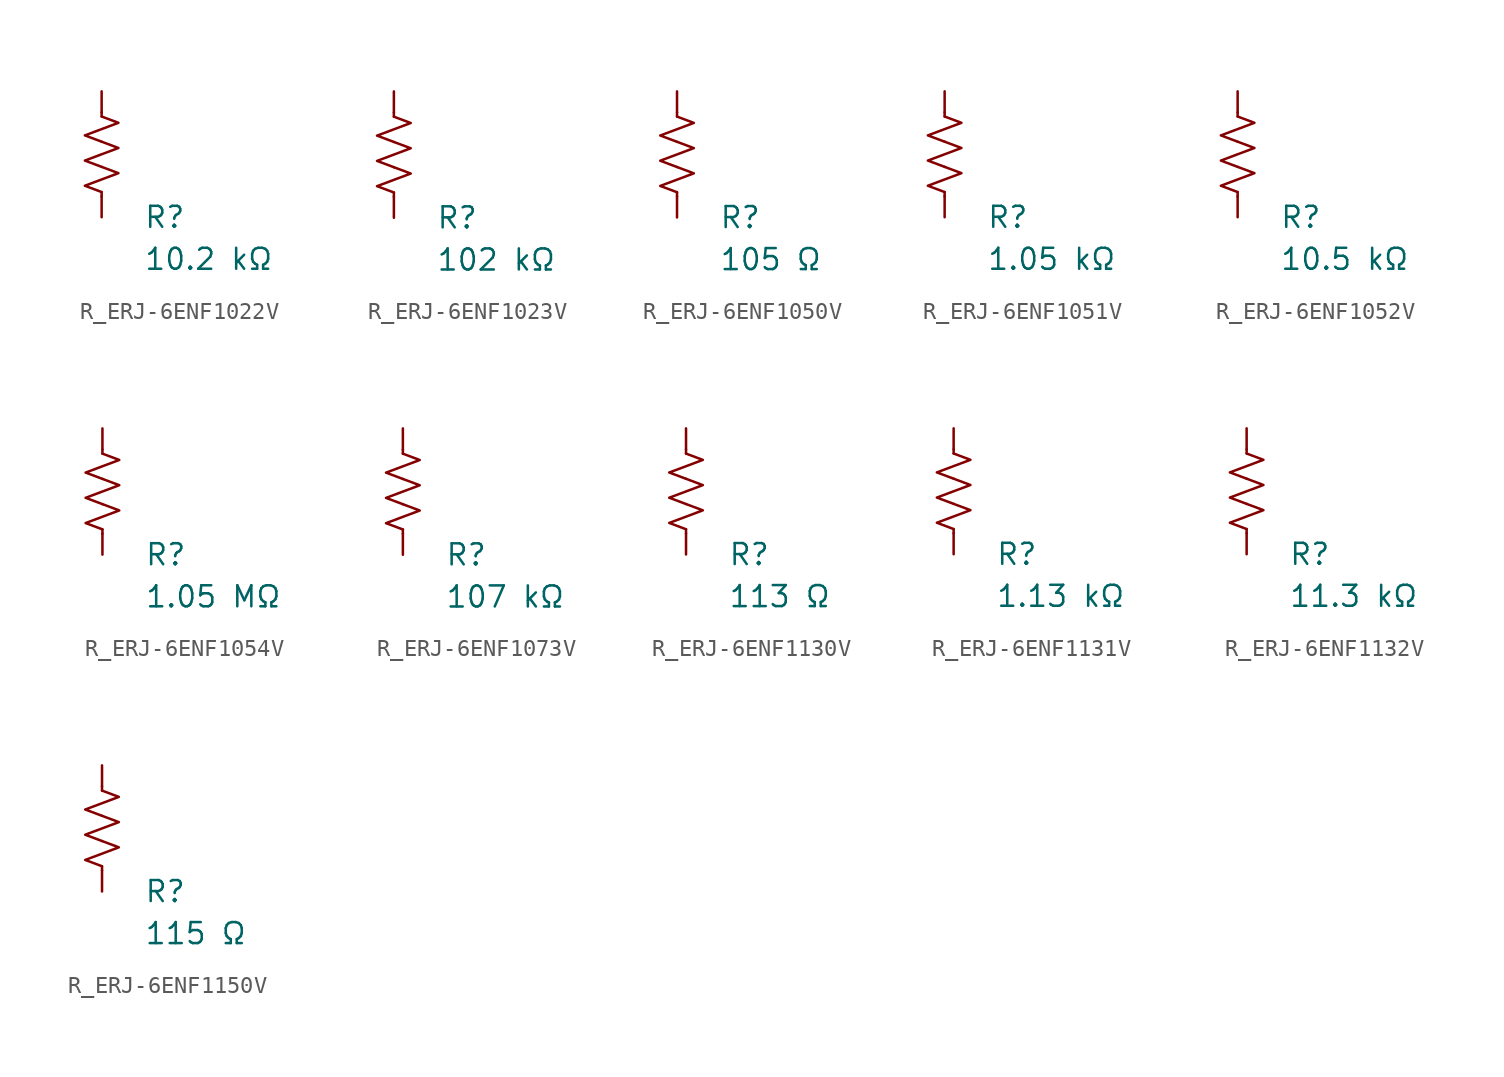
<source format=kicad_sym>
(kicad_symbol_lib
  (version 20231120)
  (generator "kicad_symbol_editor")
  (generator_version "8.0")
  (symbol "R_ERJ-6ENF1022V"
    (pin_numbers hide)
    (pin_names
      (offset 0))
    (property "Reference" "R"
      (at 2.54 -3.81 0)
      (effects (font (size 1.27 1.27)) (justify left))
      (show_name no))
    (property "Value" "10.2 kΩ"
      (at 2.54 -6.35 0)
      (effects (font (size 1.27 1.27)) (justify left))
      (show_name no))
    (symbol "R_ERJ-6ENF1022V_0_1"
      (polyline (pts (xy 0 -2.286) (xy 0 -2.54)) (stroke (width 0) (type default)) (fill (type none)))
      (polyline (pts (xy 0 2.286) (xy 0 2.54)) (stroke (width 0) (type default)) (fill (type none)))
      (polyline (pts (xy 0 -0.762) (xy 1.016 -1.143) (xy 0 -1.524) (xy -1.016 -1.905) (xy 0 -2.286)) (stroke (width 0) (type default)) (fill (type none)))
      (polyline (pts (xy 0 0.762) (xy 1.016 0.381) (xy 0 0) (xy -1.016 -0.381) (xy 0 -0.762)) (stroke (width 0) (type default)) (fill (type none)))
      (polyline (pts (xy 0 2.286) (xy 1.016 1.905) (xy 0 1.524) (xy -1.016 1.143) (xy 0 0.762)) (stroke (width 0) (type default)) (fill (type none))))
    (symbol "R_ERJ-6ENF1022V_1_1"
      (pin passive line (at 0 3.81 270) (length 1.27) (name "~" (effects (font (size 1.27 1.27)))) (number "1" (effects (font (size 1.27 1.27)))))
      (pin passive line (at 0 -3.81 90) (length 1.27) (name "~" (effects (font (size 1.27 1.27)))) (number "2" (effects (font (size 1.27 1.27)))))))
  (symbol "R_ERJ-6ENF1023V"
    (pin_numbers hide)
    (pin_names
      (offset 0))
    (property "Reference" "R"
      (at 2.54 -3.81 0)
      (effects (font (size 1.27 1.27)) (justify left))
      (show_name no))
    (property "Value" "102 kΩ"
      (at 2.54 -6.35 0)
      (effects (font (size 1.27 1.27)) (justify left))
      (show_name no))
    (symbol "R_ERJ-6ENF1023V_0_1"
      (polyline (pts (xy 0 -2.286) (xy 0 -2.54)) (stroke (width 0) (type default)) (fill (type none)))
      (polyline (pts (xy 0 2.286) (xy 0 2.54)) (stroke (width 0) (type default)) (fill (type none)))
      (polyline (pts (xy 0 -0.762) (xy 1.016 -1.143) (xy 0 -1.524) (xy -1.016 -1.905) (xy 0 -2.286)) (stroke (width 0) (type default)) (fill (type none)))
      (polyline (pts (xy 0 0.762) (xy 1.016 0.381) (xy 0 0) (xy -1.016 -0.381) (xy 0 -0.762)) (stroke (width 0) (type default)) (fill (type none)))
      (polyline (pts (xy 0 2.286) (xy 1.016 1.905) (xy 0 1.524) (xy -1.016 1.143) (xy 0 0.762)) (stroke (width 0) (type default)) (fill (type none))))
    (symbol "R_ERJ-6ENF1023V_1_1"
      (pin passive line (at 0 3.81 270) (length 1.27) (name "~" (effects (font (size 1.27 1.27)))) (number "1" (effects (font (size 1.27 1.27)))))
      (pin passive line (at 0 -3.81 90) (length 1.27) (name "~" (effects (font (size 1.27 1.27)))) (number "2" (effects (font (size 1.27 1.27)))))))
  (symbol "R_ERJ-6ENF1050V"
    (pin_numbers hide)
    (pin_names
      (offset 0))
    (property "Reference" "R"
      (at 2.54 -3.81 0)
      (effects (font (size 1.27 1.27)) (justify left))
      (show_name no))
    (property "Value" "105 Ω"
      (at 2.54 -6.35 0)
      (effects (font (size 1.27 1.27)) (justify left))
      (show_name no))
    (symbol "R_ERJ-6ENF1050V_0_1"
      (polyline (pts (xy 0 -2.286) (xy 0 -2.54)) (stroke (width 0) (type default)) (fill (type none)))
      (polyline (pts (xy 0 2.286) (xy 0 2.54)) (stroke (width 0) (type default)) (fill (type none)))
      (polyline (pts (xy 0 -0.762) (xy 1.016 -1.143) (xy 0 -1.524) (xy -1.016 -1.905) (xy 0 -2.286)) (stroke (width 0) (type default)) (fill (type none)))
      (polyline (pts (xy 0 0.762) (xy 1.016 0.381) (xy 0 0) (xy -1.016 -0.381) (xy 0 -0.762)) (stroke (width 0) (type default)) (fill (type none)))
      (polyline (pts (xy 0 2.286) (xy 1.016 1.905) (xy 0 1.524) (xy -1.016 1.143) (xy 0 0.762)) (stroke (width 0) (type default)) (fill (type none))))
    (symbol "R_ERJ-6ENF1050V_1_1"
      (pin passive line (at 0 3.81 270) (length 1.27) (name "~" (effects (font (size 1.27 1.27)))) (number "1" (effects (font (size 1.27 1.27)))))
      (pin passive line (at 0 -3.81 90) (length 1.27) (name "~" (effects (font (size 1.27 1.27)))) (number "2" (effects (font (size 1.27 1.27)))))))
  (symbol "R_ERJ-6ENF1051V"
    (pin_numbers hide)
    (pin_names
      (offset 0))
    (property "Reference" "R"
      (at 2.54 -3.81 0)
      (effects (font (size 1.27 1.27)) (justify left))
      (show_name no))
    (property "Value" "1.05 kΩ"
      (at 2.54 -6.35 0)
      (effects (font (size 1.27 1.27)) (justify left))
      (show_name no))
    (symbol "R_ERJ-6ENF1051V_0_1"
      (polyline (pts (xy 0 -2.286) (xy 0 -2.54)) (stroke (width 0) (type default)) (fill (type none)))
      (polyline (pts (xy 0 2.286) (xy 0 2.54)) (stroke (width 0) (type default)) (fill (type none)))
      (polyline (pts (xy 0 -0.762) (xy 1.016 -1.143) (xy 0 -1.524) (xy -1.016 -1.905) (xy 0 -2.286)) (stroke (width 0) (type default)) (fill (type none)))
      (polyline (pts (xy 0 0.762) (xy 1.016 0.381) (xy 0 0) (xy -1.016 -0.381) (xy 0 -0.762)) (stroke (width 0) (type default)) (fill (type none)))
      (polyline (pts (xy 0 2.286) (xy 1.016 1.905) (xy 0 1.524) (xy -1.016 1.143) (xy 0 0.762)) (stroke (width 0) (type default)) (fill (type none))))
    (symbol "R_ERJ-6ENF1051V_1_1"
      (pin passive line (at 0 3.81 270) (length 1.27) (name "~" (effects (font (size 1.27 1.27)))) (number "1" (effects (font (size 1.27 1.27)))))
      (pin passive line (at 0 -3.81 90) (length 1.27) (name "~" (effects (font (size 1.27 1.27)))) (number "2" (effects (font (size 1.27 1.27)))))))
  (symbol "R_ERJ-6ENF1052V"
    (pin_numbers hide)
    (pin_names
      (offset 0))
    (property "Reference" "R"
      (at 2.54 -3.81 0)
      (effects (font (size 1.27 1.27)) (justify left))
      (show_name no))
    (property "Value" "10.5 kΩ"
      (at 2.54 -6.35 0)
      (effects (font (size 1.27 1.27)) (justify left))
      (show_name no))
    (symbol "R_ERJ-6ENF1052V_0_1"
      (polyline (pts (xy 0 -2.286) (xy 0 -2.54)) (stroke (width 0) (type default)) (fill (type none)))
      (polyline (pts (xy 0 2.286) (xy 0 2.54)) (stroke (width 0) (type default)) (fill (type none)))
      (polyline (pts (xy 0 -0.762) (xy 1.016 -1.143) (xy 0 -1.524) (xy -1.016 -1.905) (xy 0 -2.286)) (stroke (width 0) (type default)) (fill (type none)))
      (polyline (pts (xy 0 0.762) (xy 1.016 0.381) (xy 0 0) (xy -1.016 -0.381) (xy 0 -0.762)) (stroke (width 0) (type default)) (fill (type none)))
      (polyline (pts (xy 0 2.286) (xy 1.016 1.905) (xy 0 1.524) (xy -1.016 1.143) (xy 0 0.762)) (stroke (width 0) (type default)) (fill (type none))))
    (symbol "R_ERJ-6ENF1052V_1_1"
      (pin passive line (at 0 3.81 270) (length 1.27) (name "~" (effects (font (size 1.27 1.27)))) (number "1" (effects (font (size 1.27 1.27)))))
      (pin passive line (at 0 -3.81 90) (length 1.27) (name "~" (effects (font (size 1.27 1.27)))) (number "2" (effects (font (size 1.27 1.27)))))))
  (symbol "R_ERJ-6ENF1054V"
    (pin_numbers hide)
    (pin_names
      (offset 0))
    (property "Reference" "R"
      (at 2.54 -3.81 0)
      (effects (font (size 1.27 1.27)) (justify left))
      (show_name no))
    (property "Value" "1.05 MΩ"
      (at 2.54 -6.35 0)
      (effects (font (size 1.27 1.27)) (justify left))
      (show_name no))
    (symbol "R_ERJ-6ENF1054V_0_1"
      (polyline (pts (xy 0 -2.286) (xy 0 -2.54)) (stroke (width 0) (type default)) (fill (type none)))
      (polyline (pts (xy 0 2.286) (xy 0 2.54)) (stroke (width 0) (type default)) (fill (type none)))
      (polyline (pts (xy 0 -0.762) (xy 1.016 -1.143) (xy 0 -1.524) (xy -1.016 -1.905) (xy 0 -2.286)) (stroke (width 0) (type default)) (fill (type none)))
      (polyline (pts (xy 0 0.762) (xy 1.016 0.381) (xy 0 0) (xy -1.016 -0.381) (xy 0 -0.762)) (stroke (width 0) (type default)) (fill (type none)))
      (polyline (pts (xy 0 2.286) (xy 1.016 1.905) (xy 0 1.524) (xy -1.016 1.143) (xy 0 0.762)) (stroke (width 0) (type default)) (fill (type none))))
    (symbol "R_ERJ-6ENF1054V_1_1"
      (pin passive line (at 0 3.81 270) (length 1.27) (name "~" (effects (font (size 1.27 1.27)))) (number "1" (effects (font (size 1.27 1.27)))))
      (pin passive line (at 0 -3.81 90) (length 1.27) (name "~" (effects (font (size 1.27 1.27)))) (number "2" (effects (font (size 1.27 1.27)))))))
  (symbol "R_ERJ-6ENF1073V"
    (pin_numbers hide)
    (pin_names
      (offset 0))
    (property "Reference" "R"
      (at 2.54 -3.81 0)
      (effects (font (size 1.27 1.27)) (justify left))
      (show_name no))
    (property "Value" "107 kΩ"
      (at 2.54 -6.35 0)
      (effects (font (size 1.27 1.27)) (justify left))
      (show_name no))
    (symbol "R_ERJ-6ENF1073V_0_1"
      (polyline (pts (xy 0 -2.286) (xy 0 -2.54)) (stroke (width 0) (type default)) (fill (type none)))
      (polyline (pts (xy 0 2.286) (xy 0 2.54)) (stroke (width 0) (type default)) (fill (type none)))
      (polyline (pts (xy 0 -0.762) (xy 1.016 -1.143) (xy 0 -1.524) (xy -1.016 -1.905) (xy 0 -2.286)) (stroke (width 0) (type default)) (fill (type none)))
      (polyline (pts (xy 0 0.762) (xy 1.016 0.381) (xy 0 0) (xy -1.016 -0.381) (xy 0 -0.762)) (stroke (width 0) (type default)) (fill (type none)))
      (polyline (pts (xy 0 2.286) (xy 1.016 1.905) (xy 0 1.524) (xy -1.016 1.143) (xy 0 0.762)) (stroke (width 0) (type default)) (fill (type none))))
    (symbol "R_ERJ-6ENF1073V_1_1"
      (pin passive line (at 0 3.81 270) (length 1.27) (name "~" (effects (font (size 1.27 1.27)))) (number "1" (effects (font (size 1.27 1.27)))))
      (pin passive line (at 0 -3.81 90) (length 1.27) (name "~" (effects (font (size 1.27 1.27)))) (number "2" (effects (font (size 1.27 1.27)))))))
  (symbol "R_ERJ-6ENF1130V"
    (pin_numbers hide)
    (pin_names
      (offset 0))
    (property "Reference" "R"
      (at 2.54 -3.81 0)
      (effects (font (size 1.27 1.27)) (justify left))
      (show_name no))
    (property "Value" "113 Ω"
      (at 2.54 -6.35 0)
      (effects (font (size 1.27 1.27)) (justify left))
      (show_name no))
    (symbol "R_ERJ-6ENF1130V_0_1"
      (polyline (pts (xy 0 -2.286) (xy 0 -2.54)) (stroke (width 0) (type default)) (fill (type none)))
      (polyline (pts (xy 0 2.286) (xy 0 2.54)) (stroke (width 0) (type default)) (fill (type none)))
      (polyline (pts (xy 0 -0.762) (xy 1.016 -1.143) (xy 0 -1.524) (xy -1.016 -1.905) (xy 0 -2.286)) (stroke (width 0) (type default)) (fill (type none)))
      (polyline (pts (xy 0 0.762) (xy 1.016 0.381) (xy 0 0) (xy -1.016 -0.381) (xy 0 -0.762)) (stroke (width 0) (type default)) (fill (type none)))
      (polyline (pts (xy 0 2.286) (xy 1.016 1.905) (xy 0 1.524) (xy -1.016 1.143) (xy 0 0.762)) (stroke (width 0) (type default)) (fill (type none))))
    (symbol "R_ERJ-6ENF1130V_1_1"
      (pin passive line (at 0 3.81 270) (length 1.27) (name "~" (effects (font (size 1.27 1.27)))) (number "1" (effects (font (size 1.27 1.27)))))
      (pin passive line (at 0 -3.81 90) (length 1.27) (name "~" (effects (font (size 1.27 1.27)))) (number "2" (effects (font (size 1.27 1.27)))))))
  (symbol "R_ERJ-6ENF1131V"
    (pin_numbers hide)
    (pin_names
      (offset 0))
    (property "Reference" "R"
      (at 2.54 -3.81 0)
      (effects (font (size 1.27 1.27)) (justify left))
      (show_name no))
    (property "Value" "1.13 kΩ"
      (at 2.54 -6.35 0)
      (effects (font (size 1.27 1.27)) (justify left))
      (show_name no))
    (symbol "R_ERJ-6ENF1131V_0_1"
      (polyline (pts (xy 0 -2.286) (xy 0 -2.54)) (stroke (width 0) (type default)) (fill (type none)))
      (polyline (pts (xy 0 2.286) (xy 0 2.54)) (stroke (width 0) (type default)) (fill (type none)))
      (polyline (pts (xy 0 -0.762) (xy 1.016 -1.143) (xy 0 -1.524) (xy -1.016 -1.905) (xy 0 -2.286)) (stroke (width 0) (type default)) (fill (type none)))
      (polyline (pts (xy 0 0.762) (xy 1.016 0.381) (xy 0 0) (xy -1.016 -0.381) (xy 0 -0.762)) (stroke (width 0) (type default)) (fill (type none)))
      (polyline (pts (xy 0 2.286) (xy 1.016 1.905) (xy 0 1.524) (xy -1.016 1.143) (xy 0 0.762)) (stroke (width 0) (type default)) (fill (type none))))
    (symbol "R_ERJ-6ENF1131V_1_1"
      (pin passive line (at 0 3.81 270) (length 1.27) (name "~" (effects (font (size 1.27 1.27)))) (number "1" (effects (font (size 1.27 1.27)))))
      (pin passive line (at 0 -3.81 90) (length 1.27) (name "~" (effects (font (size 1.27 1.27)))) (number "2" (effects (font (size 1.27 1.27)))))))
  (symbol "R_ERJ-6ENF1132V"
    (pin_numbers hide)
    (pin_names
      (offset 0))
    (property "Reference" "R"
      (at 2.54 -3.81 0)
      (effects (font (size 1.27 1.27)) (justify left))
      (show_name no))
    (property "Value" "11.3 kΩ"
      (at 2.54 -6.35 0)
      (effects (font (size 1.27 1.27)) (justify left))
      (show_name no))
    (symbol "R_ERJ-6ENF1132V_0_1"
      (polyline (pts (xy 0 -2.286) (xy 0 -2.54)) (stroke (width 0) (type default)) (fill (type none)))
      (polyline (pts (xy 0 2.286) (xy 0 2.54)) (stroke (width 0) (type default)) (fill (type none)))
      (polyline (pts (xy 0 -0.762) (xy 1.016 -1.143) (xy 0 -1.524) (xy -1.016 -1.905) (xy 0 -2.286)) (stroke (width 0) (type default)) (fill (type none)))
      (polyline (pts (xy 0 0.762) (xy 1.016 0.381) (xy 0 0) (xy -1.016 -0.381) (xy 0 -0.762)) (stroke (width 0) (type default)) (fill (type none)))
      (polyline (pts (xy 0 2.286) (xy 1.016 1.905) (xy 0 1.524) (xy -1.016 1.143) (xy 0 0.762)) (stroke (width 0) (type default)) (fill (type none))))
    (symbol "R_ERJ-6ENF1132V_1_1"
      (pin passive line (at 0 3.81 270) (length 1.27) (name "~" (effects (font (size 1.27 1.27)))) (number "1" (effects (font (size 1.27 1.27)))))
      (pin passive line (at 0 -3.81 90) (length 1.27) (name "~" (effects (font (size 1.27 1.27)))) (number "2" (effects (font (size 1.27 1.27)))))))
  (symbol "R_ERJ-6ENF1150V"
    (pin_numbers hide)
    (pin_names
      (offset 0))
    (property "Reference" "R"
      (at 2.54 -3.81 0)
      (effects (font (size 1.27 1.27)) (justify left))
      (show_name no))
    (property "Value" "115 Ω"
      (at 2.54 -6.35 0)
      (effects (font (size 1.27 1.27)) (justify left))
      (show_name no))
    (symbol "R_ERJ-6ENF1150V_0_1"
      (polyline (pts (xy 0 -2.286) (xy 0 -2.54)) (stroke (width 0) (type default)) (fill (type none)))
      (polyline (pts (xy 0 2.286) (xy 0 2.54)) (stroke (width 0) (type default)) (fill (type none)))
      (polyline (pts (xy 0 -0.762) (xy 1.016 -1.143) (xy 0 -1.524) (xy -1.016 -1.905) (xy 0 -2.286)) (stroke (width 0) (type default)) (fill (type none)))
      (polyline (pts (xy 0 0.762) (xy 1.016 0.381) (xy 0 0) (xy -1.016 -0.381) (xy 0 -0.762)) (stroke (width 0) (type default)) (fill (type none)))
      (polyline (pts (xy 0 2.286) (xy 1.016 1.905) (xy 0 1.524) (xy -1.016 1.143) (xy 0 0.762)) (stroke (width 0) (type default)) (fill (type none))))
    (symbol "R_ERJ-6ENF1150V_1_1"
      (pin passive line (at 0 3.81 270) (length 1.27) (name "~" (effects (font (size 1.27 1.27)))) (number "1" (effects (font (size 1.27 1.27)))))
      (pin passive line (at 0 -3.81 90) (length 1.27) (name "~" (effects (font (size 1.27 1.27)))) (number "2" (effects (font (size 1.27 1.27))))))))
</source>
